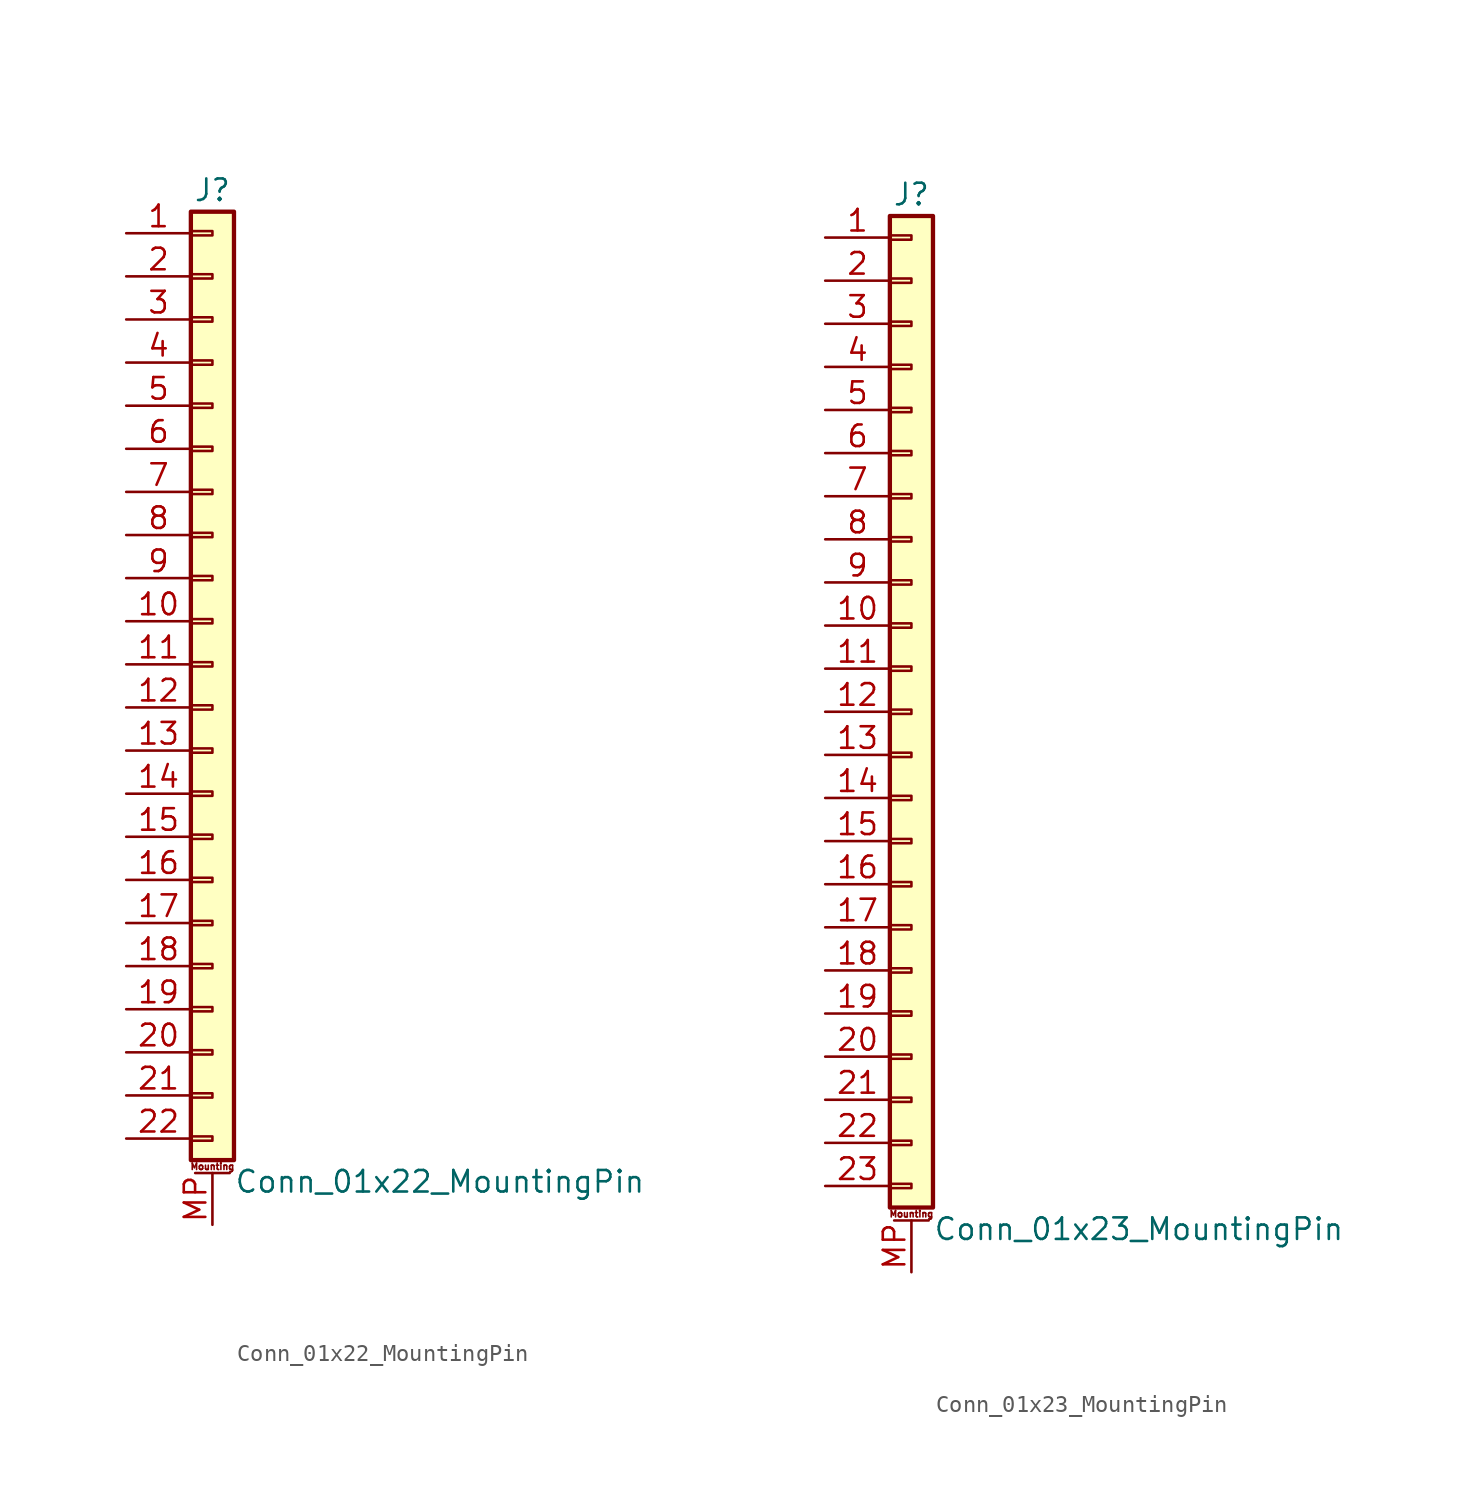
<source format=kicad_sym>
(kicad_symbol_lib
  (version 20201005)
  (generator kicad_symbol_editor)
  (symbol "Connector_Generic_MountingPin:Conn_01x22_MountingPin"
    (pin_names
      (offset 1.016) hide)
    (property "Reference" "J"
      (at 0 27.94 0)
      (effects (font (size 1.27 1.27))))
    (property "Value" "Conn_01x22_MountingPin"
      (at 1.27 -30.48 0)
      (effects (font (size 1.27 1.27)) (justify left)))
    (symbol "Conn_01x22_MountingPin_1_1"
      (text "Mounting" (at 0 -29.591 0) (effects (font (size 0.381 0.381))))
      (rectangle (start -1.27 -27.813) (end 0 -28.067) (stroke (width 0.152)) (fill (type none)))
      (rectangle (start -1.27 -4.953) (end 0 -5.207) (stroke (width 0.152)) (fill (type none)))
      (rectangle (start -1.27 -7.493) (end 0 -7.747) (stroke (width 0.152)) (fill (type none)))
      (rectangle (start -1.27 -10.033) (end 0 -10.287) (stroke (width 0.152)) (fill (type none)))
      (rectangle (start -1.27 -12.573) (end 0 -12.827) (stroke (width 0.152)) (fill (type none)))
      (rectangle (start -1.27 -15.113) (end 0 -15.367) (stroke (width 0.152)) (fill (type none)))
      (rectangle (start -1.27 -17.653) (end 0 -17.907) (stroke (width 0.152)) (fill (type none)))
      (rectangle (start -1.27 -20.193) (end 0 -20.447) (stroke (width 0.152)) (fill (type none)))
      (rectangle (start -1.27 -22.733) (end 0 -22.987) (stroke (width 0.152)) (fill (type none)))
      (rectangle (start -1.27 -2.413) (end 0 -2.667) (stroke (width 0.152)) (fill (type none)))
      (rectangle (start -1.27 -25.273) (end 0 -25.527) (stroke (width 0.152)) (fill (type none)))
      (rectangle (start -1.27 25.527) (end 0 25.273) (stroke (width 0.152)) (fill (type none)))
      (rectangle (start -1.27 2.667) (end 0 2.413) (stroke (width 0.152)) (fill (type none)))
      (rectangle (start -1.27 26.67) (end 1.27 -29.21) (stroke (width 0.254)) (fill (type background)))
      (rectangle (start -1.27 5.207) (end 0 4.953) (stroke (width 0.152)) (fill (type none)))
      (rectangle (start -1.27 7.747) (end 0 7.493) (stroke (width 0.152)) (fill (type none)))
      (rectangle (start -1.27 10.287) (end 0 10.033) (stroke (width 0.152)) (fill (type none)))
      (rectangle (start -1.27 0.127) (end 0 -0.127) (stroke (width 0.152)) (fill (type none)))
      (rectangle (start -1.27 12.827) (end 0 12.573) (stroke (width 0.152)) (fill (type none)))
      (rectangle (start -1.27 15.367) (end 0 15.113) (stroke (width 0.152)) (fill (type none)))
      (rectangle (start -1.27 17.907) (end 0 17.653) (stroke (width 0.152)) (fill (type none)))
      (rectangle (start -1.27 20.447) (end 0 20.193) (stroke (width 0.152)) (fill (type none)))
      (rectangle (start -1.27 22.987) (end 0 22.733) (stroke (width 0.152)) (fill (type none)))
      (polyline (pts (xy -1.016 -29.972) (xy 1.016 -29.972)) (stroke (width 0.152)) (fill (type none)))
      (pin passive line (at 0 -33.02 90) (length 3.048) (name "MountPin" (effects (font (size 1.27 1.27)))) (number "MP" (effects (font (size 1.27 1.27)))))
      (pin passive line (at -5.08 25.4 0) (length 3.81) (name "Pin_1" (effects (font (size 1.27 1.27)))) (number "1" (effects (font (size 1.27 1.27)))))
      (pin passive line (at -5.08 2.54 0) (length 3.81) (name "Pin_10" (effects (font (size 1.27 1.27)))) (number "10" (effects (font (size 1.27 1.27)))))
      (pin passive line (at -5.08 0 0) (length 3.81) (name "Pin_11" (effects (font (size 1.27 1.27)))) (number "11" (effects (font (size 1.27 1.27)))))
      (pin passive line (at -5.08 -2.54 0) (length 3.81) (name "Pin_12" (effects (font (size 1.27 1.27)))) (number "12" (effects (font (size 1.27 1.27)))))
      (pin passive line (at -5.08 -5.08 0) (length 3.81) (name "Pin_13" (effects (font (size 1.27 1.27)))) (number "13" (effects (font (size 1.27 1.27)))))
      (pin passive line (at -5.08 -7.62 0) (length 3.81) (name "Pin_14" (effects (font (size 1.27 1.27)))) (number "14" (effects (font (size 1.27 1.27)))))
      (pin passive line (at -5.08 -10.16 0) (length 3.81) (name "Pin_15" (effects (font (size 1.27 1.27)))) (number "15" (effects (font (size 1.27 1.27)))))
      (pin passive line (at -5.08 -12.7 0) (length 3.81) (name "Pin_16" (effects (font (size 1.27 1.27)))) (number "16" (effects (font (size 1.27 1.27)))))
      (pin passive line (at -5.08 -15.24 0) (length 3.81) (name "Pin_17" (effects (font (size 1.27 1.27)))) (number "17" (effects (font (size 1.27 1.27)))))
      (pin passive line (at -5.08 -17.78 0) (length 3.81) (name "Pin_18" (effects (font (size 1.27 1.27)))) (number "18" (effects (font (size 1.27 1.27)))))
      (pin passive line (at -5.08 -20.32 0) (length 3.81) (name "Pin_19" (effects (font (size 1.27 1.27)))) (number "19" (effects (font (size 1.27 1.27)))))
      (pin passive line (at -5.08 22.86 0) (length 3.81) (name "Pin_2" (effects (font (size 1.27 1.27)))) (number "2" (effects (font (size 1.27 1.27)))))
      (pin passive line (at -5.08 -22.86 0) (length 3.81) (name "Pin_20" (effects (font (size 1.27 1.27)))) (number "20" (effects (font (size 1.27 1.27)))))
      (pin passive line (at -5.08 -25.4 0) (length 3.81) (name "Pin_21" (effects (font (size 1.27 1.27)))) (number "21" (effects (font (size 1.27 1.27)))))
      (pin passive line (at -5.08 -27.94 0) (length 3.81) (name "Pin_22" (effects (font (size 1.27 1.27)))) (number "22" (effects (font (size 1.27 1.27)))))
      (pin passive line (at -5.08 20.32 0) (length 3.81) (name "Pin_3" (effects (font (size 1.27 1.27)))) (number "3" (effects (font (size 1.27 1.27)))))
      (pin passive line (at -5.08 17.78 0) (length 3.81) (name "Pin_4" (effects (font (size 1.27 1.27)))) (number "4" (effects (font (size 1.27 1.27)))))
      (pin passive line (at -5.08 15.24 0) (length 3.81) (name "Pin_5" (effects (font (size 1.27 1.27)))) (number "5" (effects (font (size 1.27 1.27)))))
      (pin passive line (at -5.08 12.7 0) (length 3.81) (name "Pin_6" (effects (font (size 1.27 1.27)))) (number "6" (effects (font (size 1.27 1.27)))))
      (pin passive line (at -5.08 10.16 0) (length 3.81) (name "Pin_7" (effects (font (size 1.27 1.27)))) (number "7" (effects (font (size 1.27 1.27)))))
      (pin passive line (at -5.08 7.62 0) (length 3.81) (name "Pin_8" (effects (font (size 1.27 1.27)))) (number "8" (effects (font (size 1.27 1.27)))))
      (pin passive line (at -5.08 5.08 0) (length 3.81) (name "Pin_9" (effects (font (size 1.27 1.27)))) (number "9" (effects (font (size 1.27 1.27)))))))
  (symbol "Connector_Generic_MountingPin:Conn_01x23_MountingPin"
    (pin_names
      (offset 1.016) hide)
    (property "Reference" "J"
      (at 0 30.48 0)
      (effects (font (size 1.27 1.27))))
    (property "Value" "Conn_01x23_MountingPin"
      (at 1.27 -30.48 0)
      (effects (font (size 1.27 1.27)) (justify left)))
    (symbol "Conn_01x23_MountingPin_1_1"
      (text "Mounting" (at 0 -29.591 0) (effects (font (size 0.381 0.381))))
      (rectangle (start -1.27 -27.813) (end 0 -28.067) (stroke (width 0.152)) (fill (type none)))
      (rectangle (start -1.27 -4.953) (end 0 -5.207) (stroke (width 0.152)) (fill (type none)))
      (rectangle (start -1.27 -7.493) (end 0 -7.747) (stroke (width 0.152)) (fill (type none)))
      (rectangle (start -1.27 -10.033) (end 0 -10.287) (stroke (width 0.152)) (fill (type none)))
      (rectangle (start -1.27 -12.573) (end 0 -12.827) (stroke (width 0.152)) (fill (type none)))
      (rectangle (start -1.27 -15.113) (end 0 -15.367) (stroke (width 0.152)) (fill (type none)))
      (rectangle (start -1.27 -17.653) (end 0 -17.907) (stroke (width 0.152)) (fill (type none)))
      (rectangle (start -1.27 -20.193) (end 0 -20.447) (stroke (width 0.152)) (fill (type none)))
      (rectangle (start -1.27 -22.733) (end 0 -22.987) (stroke (width 0.152)) (fill (type none)))
      (rectangle (start -1.27 -2.413) (end 0 -2.667) (stroke (width 0.152)) (fill (type none)))
      (rectangle (start -1.27 -25.273) (end 0 -25.527) (stroke (width 0.152)) (fill (type none)))
      (rectangle (start -1.27 25.527) (end 0 25.273) (stroke (width 0.152)) (fill (type none)))
      (rectangle (start -1.27 2.667) (end 0 2.413) (stroke (width 0.152)) (fill (type none)))
      (rectangle (start -1.27 28.067) (end 0 27.813) (stroke (width 0.152)) (fill (type none)))
      (rectangle (start -1.27 29.21) (end 1.27 -29.21) (stroke (width 0.254)) (fill (type background)))
      (rectangle (start -1.27 5.207) (end 0 4.953) (stroke (width 0.152)) (fill (type none)))
      (rectangle (start -1.27 7.747) (end 0 7.493) (stroke (width 0.152)) (fill (type none)))
      (rectangle (start -1.27 10.287) (end 0 10.033) (stroke (width 0.152)) (fill (type none)))
      (rectangle (start -1.27 0.127) (end 0 -0.127) (stroke (width 0.152)) (fill (type none)))
      (rectangle (start -1.27 12.827) (end 0 12.573) (stroke (width 0.152)) (fill (type none)))
      (rectangle (start -1.27 15.367) (end 0 15.113) (stroke (width 0.152)) (fill (type none)))
      (rectangle (start -1.27 17.907) (end 0 17.653) (stroke (width 0.152)) (fill (type none)))
      (rectangle (start -1.27 20.447) (end 0 20.193) (stroke (width 0.152)) (fill (type none)))
      (rectangle (start -1.27 22.987) (end 0 22.733) (stroke (width 0.152)) (fill (type none)))
      (polyline (pts (xy -1.016 -29.972) (xy 1.016 -29.972)) (stroke (width 0.152)) (fill (type none)))
      (pin passive line (at 0 -33.02 90) (length 3.048) (name "MountPin" (effects (font (size 1.27 1.27)))) (number "MP" (effects (font (size 1.27 1.27)))))
      (pin passive line (at -5.08 27.94 0) (length 3.81) (name "Pin_1" (effects (font (size 1.27 1.27)))) (number "1" (effects (font (size 1.27 1.27)))))
      (pin passive line (at -5.08 5.08 0) (length 3.81) (name "Pin_10" (effects (font (size 1.27 1.27)))) (number "10" (effects (font (size 1.27 1.27)))))
      (pin passive line (at -5.08 2.54 0) (length 3.81) (name "Pin_11" (effects (font (size 1.27 1.27)))) (number "11" (effects (font (size 1.27 1.27)))))
      (pin passive line (at -5.08 0 0) (length 3.81) (name "Pin_12" (effects (font (size 1.27 1.27)))) (number "12" (effects (font (size 1.27 1.27)))))
      (pin passive line (at -5.08 -2.54 0) (length 3.81) (name "Pin_13" (effects (font (size 1.27 1.27)))) (number "13" (effects (font (size 1.27 1.27)))))
      (pin passive line (at -5.08 -5.08 0) (length 3.81) (name "Pin_14" (effects (font (size 1.27 1.27)))) (number "14" (effects (font (size 1.27 1.27)))))
      (pin passive line (at -5.08 -7.62 0) (length 3.81) (name "Pin_15" (effects (font (size 1.27 1.27)))) (number "15" (effects (font (size 1.27 1.27)))))
      (pin passive line (at -5.08 -10.16 0) (length 3.81) (name "Pin_16" (effects (font (size 1.27 1.27)))) (number "16" (effects (font (size 1.27 1.27)))))
      (pin passive line (at -5.08 -12.7 0) (length 3.81) (name "Pin_17" (effects (font (size 1.27 1.27)))) (number "17" (effects (font (size 1.27 1.27)))))
      (pin passive line (at -5.08 -15.24 0) (length 3.81) (name "Pin_18" (effects (font (size 1.27 1.27)))) (number "18" (effects (font (size 1.27 1.27)))))
      (pin passive line (at -5.08 -17.78 0) (length 3.81) (name "Pin_19" (effects (font (size 1.27 1.27)))) (number "19" (effects (font (size 1.27 1.27)))))
      (pin passive line (at -5.08 25.4 0) (length 3.81) (name "Pin_2" (effects (font (size 1.27 1.27)))) (number "2" (effects (font (size 1.27 1.27)))))
      (pin passive line (at -5.08 -20.32 0) (length 3.81) (name "Pin_20" (effects (font (size 1.27 1.27)))) (number "20" (effects (font (size 1.27 1.27)))))
      (pin passive line (at -5.08 -22.86 0) (length 3.81) (name "Pin_21" (effects (font (size 1.27 1.27)))) (number "21" (effects (font (size 1.27 1.27)))))
      (pin passive line (at -5.08 -25.4 0) (length 3.81) (name "Pin_22" (effects (font (size 1.27 1.27)))) (number "22" (effects (font (size 1.27 1.27)))))
      (pin passive line (at -5.08 -27.94 0) (length 3.81) (name "Pin_23" (effects (font (size 1.27 1.27)))) (number "23" (effects (font (size 1.27 1.27)))))
      (pin passive line (at -5.08 22.86 0) (length 3.81) (name "Pin_3" (effects (font (size 1.27 1.27)))) (number "3" (effects (font (size 1.27 1.27)))))
      (pin passive line (at -5.08 20.32 0) (length 3.81) (name "Pin_4" (effects (font (size 1.27 1.27)))) (number "4" (effects (font (size 1.27 1.27)))))
      (pin passive line (at -5.08 17.78 0) (length 3.81) (name "Pin_5" (effects (font (size 1.27 1.27)))) (number "5" (effects (font (size 1.27 1.27)))))
      (pin passive line (at -5.08 15.24 0) (length 3.81) (name "Pin_6" (effects (font (size 1.27 1.27)))) (number "6" (effects (font (size 1.27 1.27)))))
      (pin passive line (at -5.08 12.7 0) (length 3.81) (name "Pin_7" (effects (font (size 1.27 1.27)))) (number "7" (effects (font (size 1.27 1.27)))))
      (pin passive line (at -5.08 10.16 0) (length 3.81) (name "Pin_8" (effects (font (size 1.27 1.27)))) (number "8" (effects (font (size 1.27 1.27)))))
      (pin passive line (at -5.08 7.62 0) (length 3.81) (name "Pin_9" (effects (font (size 1.27 1.27)))) (number "9" (effects (font (size 1.27 1.27))))))))
</source>
